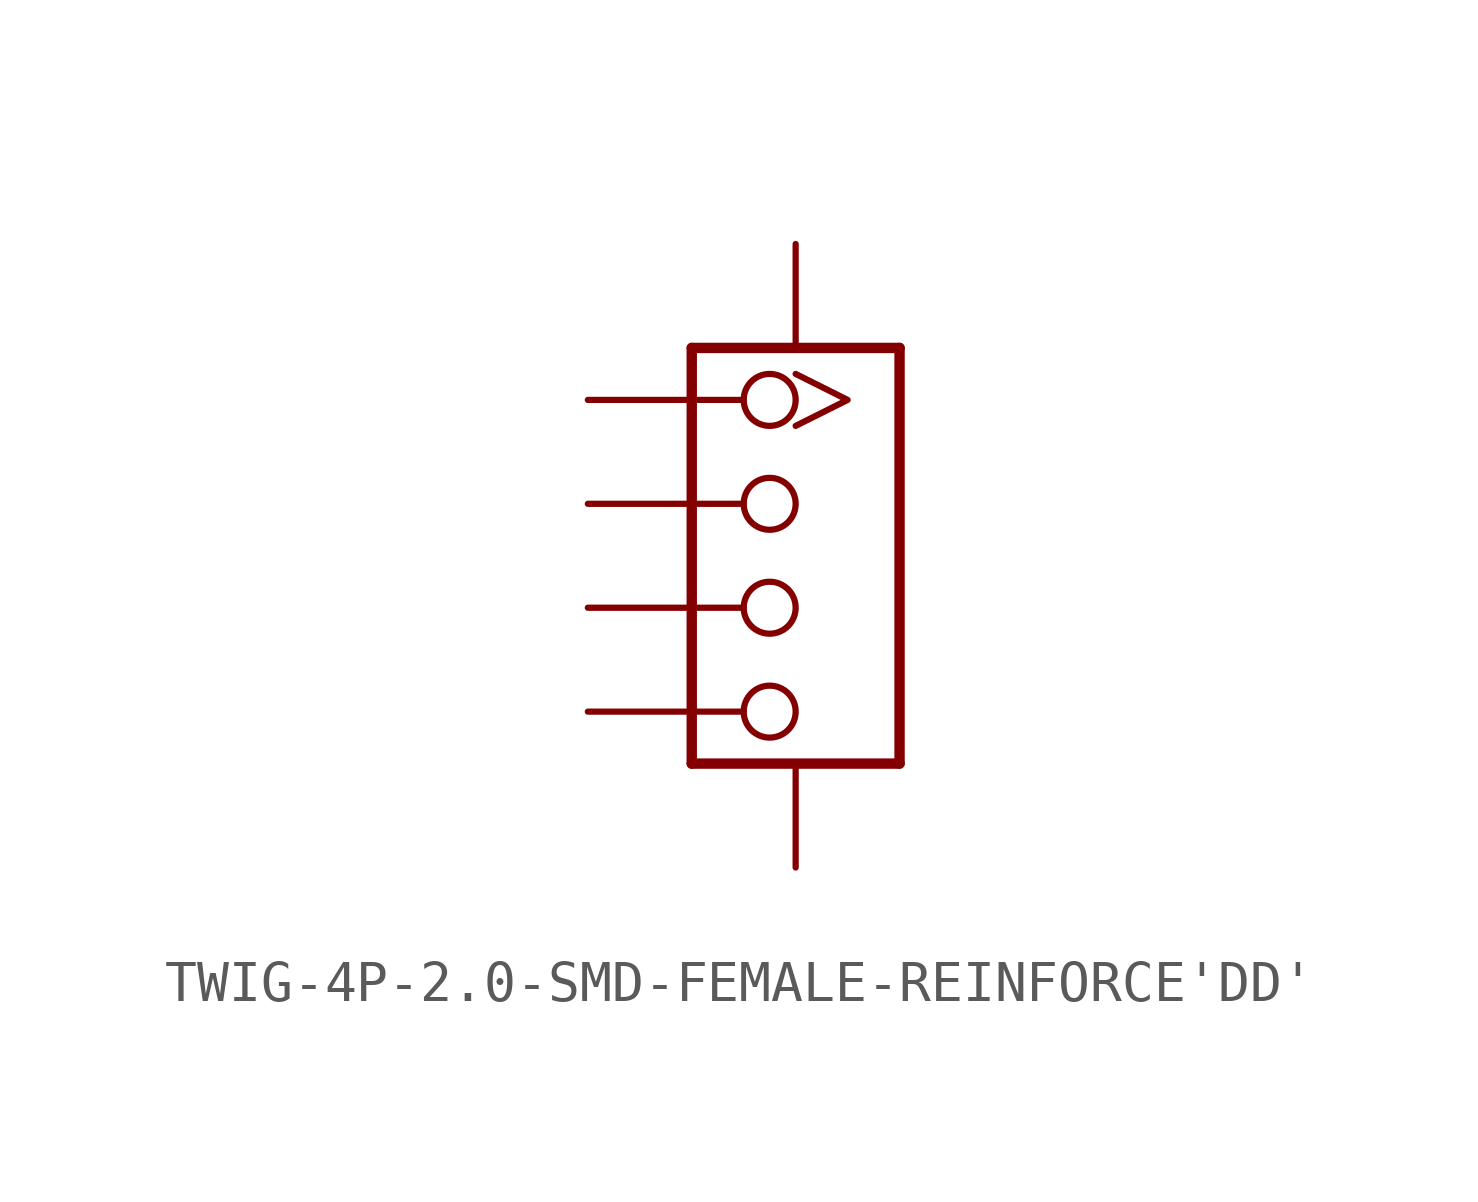
<source format=kicad_sym>
(kicad_symbol_lib
  (version 20220914)
  (generator kicad_symbol_editor)
  (symbol "TWIG-4P-2.0-SMD-FEMALE-REINFORCE'DD'"
    (property "Reference" "J"
      (at -2.54 5.08 0)
      (effects (font (size 1.27 1.079)) (justify left bottom) hide))
    (property "ki_locked" ""
      (at 0 0 0)
      (effects (font (size 1.27 1.27))))
    (symbol "TWIG-4P-2.0-SMD-FEMALE-REINFORCE'DD'_1_0"
      (polyline (pts (xy -2.54 -5.08) (xy -2.54 5.08)) (stroke (width 0.254) (type solid)) (fill (type none)))
      (polyline (pts (xy -2.54 5.08) (xy 2.54 5.08)) (stroke (width 0.254) (type solid)) (fill (type none)))
      (polyline (pts (xy 2.54 -5.08) (xy -2.54 -5.08)) (stroke (width 0.254) (type solid)) (fill (type none)))
      (polyline (pts (xy 2.54 5.08) (xy 2.54 -5.08)) (stroke (width 0.254) (type solid)) (fill (type none)))
      (pin bidirectional inverted_clock (at -5.08 3.81 0) (length 5.08) (name "1" (effects (font (size 0 0)))) (number "1" (effects (font (size 0 0)))))
      (pin bidirectional inverted (at -5.08 1.27 0) (length 5.08) (name "2" (effects (font (size 0 0)))) (number "2" (effects (font (size 0 0)))))
      (pin bidirectional inverted (at -5.08 -1.27 0) (length 5.08) (name "3" (effects (font (size 0 0)))) (number "3" (effects (font (size 0 0)))))
      (pin bidirectional inverted (at -5.08 -3.81 0) (length 5.08) (name "4" (effects (font (size 0 0)))) (number "4" (effects (font (size 0 0)))))
      (pin bidirectional line (at 0 7.62 270) (length 2.54) (name "SS1" (effects (font (size 0 0)))) (number "SS1" (effects (font (size 0 0)))))
      (pin bidirectional line (at 0 -7.62 90) (length 2.54) (name "SS2" (effects (font (size 0 0)))) (number "SS2" (effects (font (size 0 0))))))))
</source>
